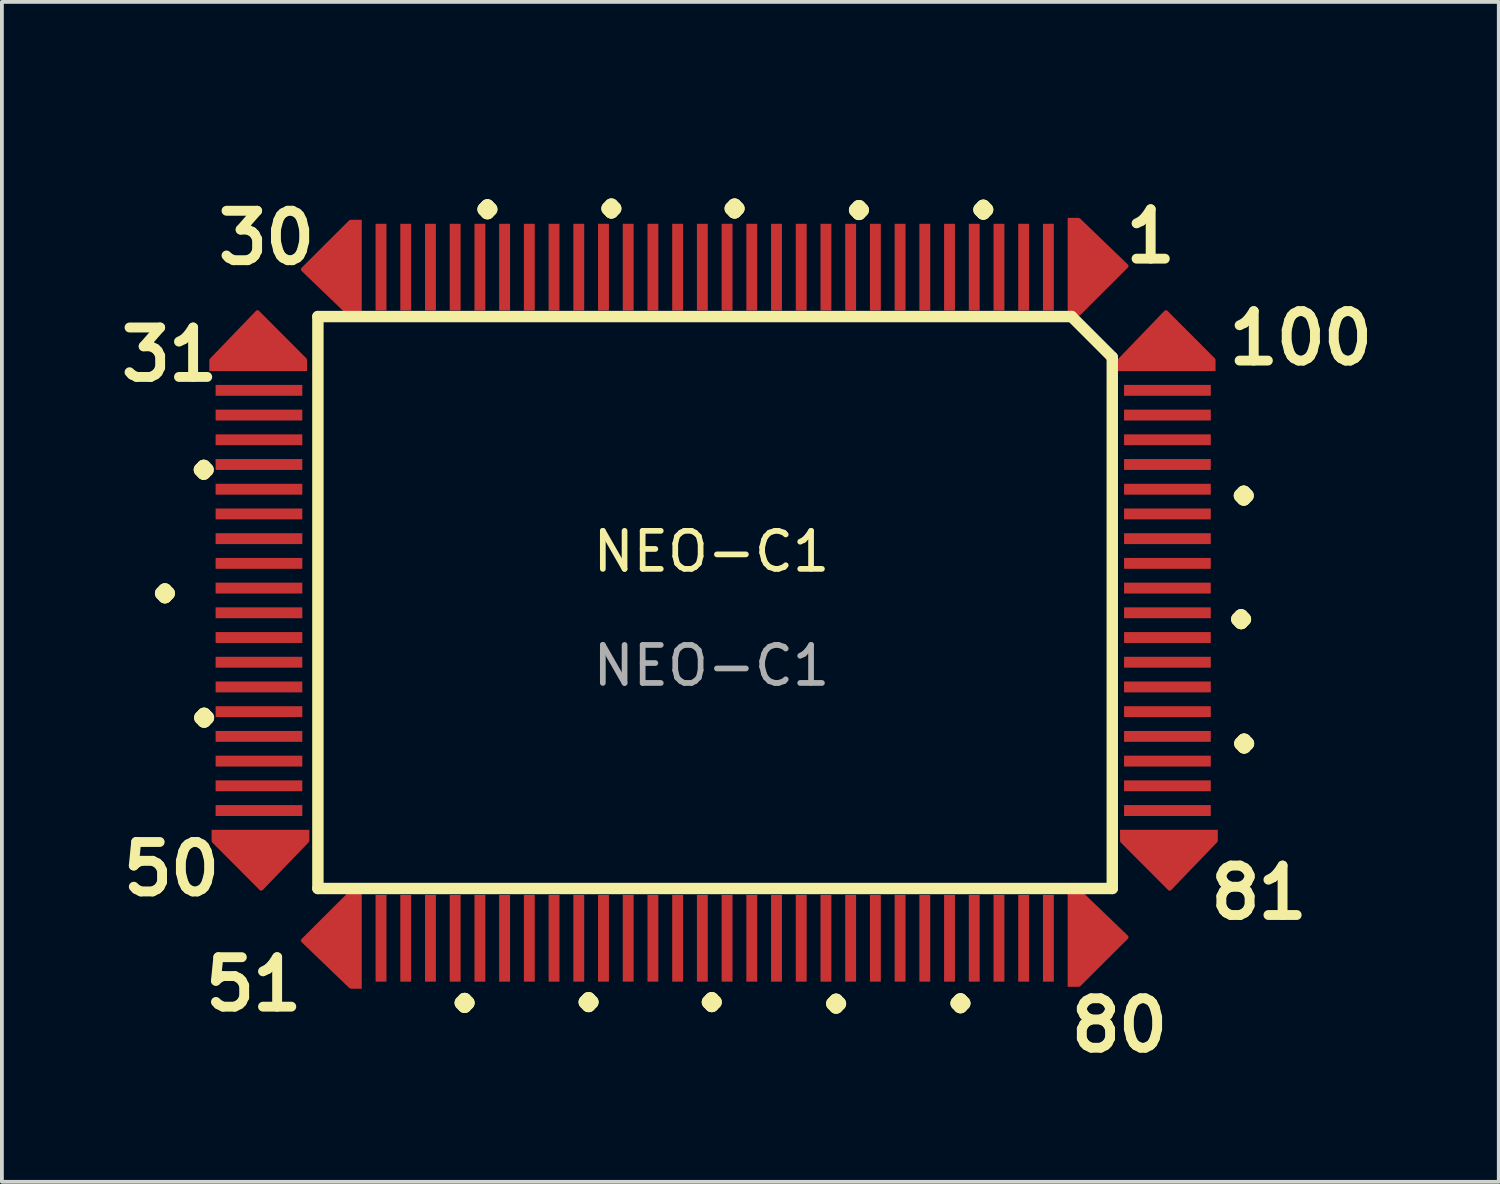
<source format=kicad_pcb>
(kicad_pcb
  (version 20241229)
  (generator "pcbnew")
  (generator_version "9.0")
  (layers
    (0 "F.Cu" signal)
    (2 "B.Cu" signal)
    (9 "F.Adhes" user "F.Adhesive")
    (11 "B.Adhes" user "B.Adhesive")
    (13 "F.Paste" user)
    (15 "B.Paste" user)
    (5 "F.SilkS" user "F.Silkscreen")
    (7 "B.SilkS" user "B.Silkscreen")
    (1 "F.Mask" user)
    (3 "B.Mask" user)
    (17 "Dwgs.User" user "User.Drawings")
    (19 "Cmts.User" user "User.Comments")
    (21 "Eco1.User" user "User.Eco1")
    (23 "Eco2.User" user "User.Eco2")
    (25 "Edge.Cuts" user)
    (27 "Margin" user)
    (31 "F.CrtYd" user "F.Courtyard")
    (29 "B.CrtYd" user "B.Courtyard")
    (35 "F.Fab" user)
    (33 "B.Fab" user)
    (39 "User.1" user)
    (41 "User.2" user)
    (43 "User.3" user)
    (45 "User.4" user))
  (footprint "NEO-C1"
    (layer "F.Cu")
    (at 15.66 11.955)
    (property "Reference" "NEO-C1" (at 0 -0.5 0) (unlocked yes) (layer "F.SilkS") (effects (font (size 1 1) (thickness 0.15))))
    (attr smd)
    (fp_line (start -10.35 -6.68) (end 9.47 -6.68) (stroke (width 0.3) (type solid)) (layer "F.SilkS"))
    (fp_line (start -10.35 8.36) (end -10.35 -6.68) (stroke (width 0.3) (type solid)) (layer "F.SilkS"))
    (fp_line (start 9.47 -6.68) (end 10.54 -5.61) (stroke (width 0.3) (type solid)) (layer "F.SilkS"))
    (fp_line (start 10.54 -5.61) (end 10.54 8.36) (stroke (width 0.3) (type solid)) (layer "F.SilkS"))
    (fp_line (start 10.54 8.36) (end -10.35 8.36) (stroke (width 0.3) (type solid)) (layer "F.SilkS"))
    (fp_text user "50" (at -15.61 8.61 0) (unlocked yes) (layer "F.SilkS") (effects (font (size 1.3 1.3) (thickness 0.26) (bold yes)) (justify left bottom)))
    (fp_text user "81" (at 12.99 9.23 0) (unlocked yes) (layer "F.SilkS") (effects (font (size 1.3 1.3) (thickness 0.26) (bold yes)) (justify left bottom)))
    (fp_text user "100" (at 13.47 -5.35 0) (unlocked yes) (layer "F.SilkS") (effects (font (size 1.3 1.3) (thickness 0.26) (bold yes)) (justify left bottom)))
    (fp_text user "." (at -15 0.89 0) (unlocked yes) (layer "F.SilkS") (effects (font (size 1.6 1.6) (thickness 0.375) (bold yes)) (justify left bottom)))
    (fp_text user "." (at -13.98 -2.36 0) (unlocked yes) (layer "F.SilkS") (effects (font (size 1.6 1.6) (thickness 0.375) (bold yes)) (justify left bottom)))
    (fp_text user "." (at 6.52 -9.2 0) (unlocked yes) (layer "F.SilkS") (effects (font (size 1.6 1.6) (thickness 0.375) (bold yes)) (justify left bottom)))
    (fp_text user "51" (at -13.45 11.64 0) (unlocked yes) (layer "F.SilkS") (effects (font (size 1.3 1.3) (thickness 0.26) (bold yes)) (justify left bottom)))
    (fp_text user "." (at 13.38 4.84 0) (unlocked yes) (layer "F.SilkS") (effects (font (size 1.6 1.6) (thickness 0.375) (bold yes)) (justify left bottom)))
    (fp_text user "." (at 2.65 11.68 0) (unlocked yes) (layer "F.SilkS") (effects (font (size 1.6 1.6) (thickness 0.375) (bold yes)) (justify left bottom)))
    (fp_text user "." (at -3.86 11.64 0) (unlocked yes) (layer "F.SilkS") (effects (font (size 1.6 1.6) (thickness 0.375) (bold yes)) (justify left bottom)))
    (fp_text user "." (at -13.97 4.16 0) (unlocked yes) (layer "F.SilkS") (effects (font (size 1.6 1.6) (thickness 0.375) (bold yes)) (justify left bottom)))
    (fp_text user "." (at 13.37 -1.68 0) (unlocked yes) (layer "F.SilkS") (effects (font (size 1.6 1.6) (thickness 0.375) (bold yes)) (justify left bottom)))
    (fp_text user "30" (at -13.11 -7.99 0) (unlocked yes) (layer "F.SilkS") (effects (font (size 1.3 1.3) (thickness 0.26) (bold yes)) (justify left bottom)))
    (fp_text user "." (at -7.12 11.66 0) (unlocked yes) (layer "F.SilkS") (effects (font (size 1.6 1.6) (thickness 0.375) (bold yes)) (justify left bottom)))
    (fp_text user "31" (at -15.66 -4.92 0) (unlocked yes) (layer "F.SilkS") (effects (font (size 1.3 1.3) (thickness 0.26) (bold yes)) (justify left bottom)))
    (fp_text user "." (at -0.62 11.64 0) (unlocked yes) (layer "F.SilkS") (effects (font (size 1.6 1.6) (thickness 0.375) (bold yes)) (justify left bottom)))
    (fp_text user "." (at 5.92 11.67 0) (unlocked yes) (layer "F.SilkS") (effects (font (size 1.6 1.6) (thickness 0.375) (bold yes)) (justify left bottom)))
    (fp_text user "." (at -6.52 -9.21 0) (unlocked yes) (layer "F.SilkS") (effects (font (size 1.6 1.6) (thickness 0.375) (bold yes)) (justify left bottom)))
    (fp_text user "80" (at 9.32 12.72 0) (unlocked yes) (layer "F.SilkS") (effects (font (size 1.3 1.3) (thickness 0.26) (bold yes)) (justify left bottom)))
    (fp_text user "." (at 13.3 1.57 0) (unlocked yes) (layer "F.SilkS") (effects (font (size 1.6 1.6) (thickness 0.375) (bold yes)) (justify left bottom)))
    (fp_text user "1" (at 10.76 -8.03 0) (unlocked yes) (layer "F.SilkS") (effects (font (size 1.3 1.3) (thickness 0.26) (bold yes)) (justify left bottom)))
    (fp_text user "." (at -3.26 -9.23 0) (unlocked yes) (layer "F.SilkS") (effects (font (size 1.6 1.6) (thickness 0.375) (bold yes)) (justify left bottom)))
    (fp_text user "." (at -0.02 -9.23 0) (unlocked yes) (layer "F.SilkS") (effects (font (size 1.6 1.6) (thickness 0.375) (bold yes)) (justify left bottom)))
    (fp_text user "." (at 3.25 -9.19 0) (unlocked yes) (layer "F.SilkS") (effects (font (size 1.6 1.6) (thickness 0.375) (bold yes)) (justify left bottom)))
    (fp_text user "${REFERENCE}" (at 0 2.5 0) (unlocked yes) (layer "F.Fab") (effects (font (size 1 1) (thickness 0.15))))
    (pad "1" smd custom (at 9.51 -7.99 270) (size 2.571 0.286) (layers "F.Cu" "F.Mask" "F.Paste") (options (anchor rect)) (primitives (gr_poly (pts (xy -1.236 -0.145) (xy -0.019 -1.41) (xy 1.236 -0.152)) (width 0.1) (fill yes))))
    (pad "2" smd rect (at 8.86 -7.98 270) (size 2.28 0.286) (layers "F.Cu" "F.Mask" "F.Paste"))
    (pad "3" smd rect (at 8.21 -7.98 270) (size 2.28 0.286) (layers "F.Cu" "F.Mask" "F.Paste"))
    (pad "4" smd rect (at 7.56 -7.98 270) (size 2.28 0.286) (layers "F.Cu" "F.Mask" "F.Paste"))
    (pad "5" smd rect (at 6.91 -7.98 270) (size 2.28 0.286) (layers "F.Cu" "F.Mask" "F.Paste"))
    (pad "6" smd rect (at 6.26 -7.98 270) (size 2.28 0.286) (layers "F.Cu" "F.Mask" "F.Paste"))
    (pad "7" smd rect (at 5.61 -7.98 270) (size 2.28 0.286) (layers "F.Cu" "F.Mask" "F.Paste"))
    (pad "8" smd rect (at 4.96 -7.98 270) (size 2.28 0.286) (layers "F.Cu" "F.Mask" "F.Paste"))
    (pad "9" smd rect (at 4.31 -7.98 270) (size 2.28 0.286) (layers "F.Cu" "F.Mask" "F.Paste"))
    (pad "10" smd rect (at 3.66 -7.98 270) (size 2.28 0.286) (layers "F.Cu" "F.Mask" "F.Paste"))
    (pad "11" smd rect (at 3.01 -7.98 270) (size 2.28 0.286) (layers "F.Cu" "F.Mask" "F.Paste"))
    (pad "12" smd rect (at 2.36 -7.98 270) (size 2.28 0.286) (layers "F.Cu" "F.Mask" "F.Paste"))
    (pad "13" smd rect (at 1.71 -7.98 270) (size 2.28 0.286) (layers "F.Cu" "F.Mask" "F.Paste"))
    (pad "14" smd rect (at 1.06 -7.98 270) (size 2.28 0.286) (layers "F.Cu" "F.Mask" "F.Paste"))
    (pad "15" smd rect (at 0.41 -7.98 270) (size 2.28 0.286) (layers "F.Cu" "F.Mask" "F.Paste"))
    (pad "16" smd rect (at -0.24 -7.98 270) (size 2.28 0.286) (layers "F.Cu" "F.Mask" "F.Paste"))
    (pad "17" smd rect (at -0.89 -7.98 270) (size 2.28 0.286) (layers "F.Cu" "F.Mask" "F.Paste"))
    (pad "18" smd rect (at -1.54 -7.98 270) (size 2.28 0.286) (layers "F.Cu" "F.Mask" "F.Paste"))
    (pad "19" smd rect (at -2.19 -7.98 270) (size 2.28 0.286) (layers "F.Cu" "F.Mask" "F.Paste"))
    (pad "20" smd rect (at -2.84 -7.98 270) (size 2.28 0.286) (layers "F.Cu" "F.Mask" "F.Paste"))
    (pad "21" smd rect (at -3.49 -7.98 270) (size 2.28 0.286) (layers "F.Cu" "F.Mask" "F.Paste"))
    (pad "22" smd rect (at -4.14 -7.98 270) (size 2.28 0.286) (layers "F.Cu" "F.Mask" "F.Paste"))
    (pad "23" smd rect (at -4.79 -7.98 270) (size 2.28 0.286) (layers "F.Cu" "F.Mask" "F.Paste"))
    (pad "24" smd rect (at -5.44 -7.98 270) (size 2.28 0.286) (layers "F.Cu" "F.Mask" "F.Paste"))
    (pad "25" smd rect (at -6.09 -7.98 270) (size 2.28 0.286) (layers "F.Cu" "F.Mask" "F.Paste"))
    (pad "26" smd rect (at -6.74 -7.98 270) (size 2.28 0.286) (layers "F.Cu" "F.Mask" "F.Paste"))
    (pad "27" smd rect (at -7.39 -7.98 270) (size 2.28 0.286) (layers "F.Cu" "F.Mask" "F.Paste"))
    (pad "28" smd rect (at -8.04 -7.98 270) (size 2.28 0.286) (layers "F.Cu" "F.Mask" "F.Paste"))
    (pad "29" smd rect (at -8.69 -7.98 270) (size 2.28 0.286) (layers "F.Cu" "F.Mask" "F.Paste"))
    (pad "30" smd custom (at -9.34 -7.94 90) (size 2.571 0.286) (layers "F.Cu" "F.Mask" "F.Paste") (options (anchor rect)) (primitives (gr_poly (pts (xy -1.236 -0.145) (xy -0.019 -1.41) (xy 1.236 -0.152)) (width 0.1) (fill yes))))
    (pad "31" smd custom (at -11.92 -5.39) (size 2.571 0.286) (layers "F.Cu" "F.Mask" "F.Paste") (options (anchor rect)) (primitives (gr_poly (pts (xy -1.236 -0.145) (xy -0.019 -1.41) (xy 1.236 -0.152)) (width 0.1) (fill yes))))
    (pad "32" smd rect (at -11.9 -4.74) (size 2.28 0.286) (layers "F.Cu" "F.Mask" "F.Paste"))
    (pad "33" smd rect (at -11.9 -4.09) (size 2.28 0.286) (layers "F.Cu" "F.Mask" "F.Paste"))
    (pad "34" smd rect (at -11.9 -3.44) (size 2.28 0.286) (layers "F.Cu" "F.Mask" "F.Paste"))
    (pad "35" smd rect (at -11.9 -2.79) (size 2.28 0.286) (layers "F.Cu" "F.Mask" "F.Paste"))
    (pad "36" smd rect (at -11.9 -2.14) (size 2.28 0.286) (layers "F.Cu" "F.Mask" "F.Paste"))
    (pad "37" smd rect (at -11.9 -1.49) (size 2.28 0.286) (layers "F.Cu" "F.Mask" "F.Paste"))
    (pad "38" smd rect (at -11.9 -0.84) (size 2.28 0.286) (layers "F.Cu" "F.Mask" "F.Paste"))
    (pad "39" smd rect (at -11.9 -0.19) (size 2.28 0.286) (layers "F.Cu" "F.Mask" "F.Paste"))
    (pad "40" smd rect (at -11.9 0.46) (size 2.28 0.286) (layers "F.Cu" "F.Mask" "F.Paste"))
    (pad "41" smd rect (at -11.9 1.11) (size 2.28 0.286) (layers "F.Cu" "F.Mask" "F.Paste"))
    (pad "42" smd rect (at -11.9 1.76) (size 2.28 0.286) (layers "F.Cu" "F.Mask" "F.Paste"))
    (pad "43" smd rect (at -11.9 2.41) (size 2.28 0.286) (layers "F.Cu" "F.Mask" "F.Paste"))
    (pad "44" smd rect (at -11.9 3.06) (size 2.28 0.286) (layers "F.Cu" "F.Mask" "F.Paste"))
    (pad "45" smd rect (at -11.9 3.71) (size 2.28 0.286) (layers "F.Cu" "F.Mask" "F.Paste"))
    (pad "46" smd rect (at -11.9 4.36) (size 2.28 0.286) (layers "F.Cu" "F.Mask" "F.Paste"))
    (pad "47" smd rect (at -11.9 5.01) (size 2.28 0.286) (layers "F.Cu" "F.Mask" "F.Paste"))
    (pad "48" smd rect (at -11.9 5.66) (size 2.28 0.286) (layers "F.Cu" "F.Mask" "F.Paste"))
    (pad "49" smd rect (at -11.9 6.31) (size 2.28 0.286) (layers "F.Cu" "F.Mask" "F.Paste"))
    (pad "50" smd custom (at -11.86 6.96 180) (size 2.571 0.286) (layers "F.Cu" "F.Mask" "F.Paste") (options (anchor rect)) (primitives (gr_poly (pts (xy -1.236 -0.145) (xy -0.019 -1.41) (xy 1.236 -0.152)) (width 0.1) (fill yes))))
    (pad "51" smd custom (at -9.34 9.71 90) (size 2.571 0.286) (layers "F.Cu" "F.Mask" "F.Paste") (options (anchor rect)) (primitives (gr_poly (pts (xy -1.236 -0.145) (xy -0.019 -1.41) (xy 1.236 -0.152)) (width 0.1) (fill yes))))
    (pad "52" smd rect (at -8.69 9.67 270) (size 2.28 0.286) (layers "F.Cu" "F.Mask" "F.Paste"))
    (pad "53" smd rect (at -8.04 9.67 270) (size 2.28 0.286) (layers "F.Cu" "F.Mask" "F.Paste"))
    (pad "54" smd rect (at -7.39 9.67 270) (size 2.28 0.286) (layers "F.Cu" "F.Mask" "F.Paste"))
    (pad "55" smd rect (at -6.74 9.67 270) (size 2.28 0.286) (layers "F.Cu" "F.Mask" "F.Paste"))
    (pad "56" smd rect (at -6.09 9.67 270) (size 2.28 0.286) (layers "F.Cu" "F.Mask" "F.Paste"))
    (pad "57" smd rect (at -5.44 9.67 270) (size 2.28 0.286) (layers "F.Cu" "F.Mask" "F.Paste"))
    (pad "58" smd rect (at -4.79 9.67 270) (size 2.28 0.286) (layers "F.Cu" "F.Mask" "F.Paste"))
    (pad "59" smd rect (at -4.14 9.67 270) (size 2.28 0.286) (layers "F.Cu" "F.Mask" "F.Paste"))
    (pad "60" smd rect (at -3.49 9.67 270) (size 2.28 0.286) (layers "F.Cu" "F.Mask" "F.Paste"))
    (pad "61" smd rect (at -2.84 9.67 270) (size 2.28 0.286) (layers "F.Cu" "F.Mask" "F.Paste"))
    (pad "62" smd rect (at -2.19 9.67 270) (size 2.28 0.286) (layers "F.Cu" "F.Mask" "F.Paste"))
    (pad "63" smd rect (at -1.54 9.67 270) (size 2.28 0.286) (layers "F.Cu" "F.Mask" "F.Paste"))
    (pad "64" smd rect (at -0.89 9.67 270) (size 2.28 0.286) (layers "F.Cu" "F.Mask" "F.Paste"))
    (pad "65" smd rect (at -0.24 9.67 270) (size 2.28 0.286) (layers "F.Cu" "F.Mask" "F.Paste"))
    (pad "66" smd rect (at 0.41 9.67 270) (size 2.28 0.286) (layers "F.Cu" "F.Mask" "F.Paste"))
    (pad "67" smd rect (at 1.06 9.67 270) (size 2.28 0.286) (layers "F.Cu" "F.Mask" "F.Paste"))
    (pad "68" smd rect (at 1.71 9.67 270) (size 2.28 0.286) (layers "F.Cu" "F.Mask" "F.Paste"))
    (pad "69" smd rect (at 2.36 9.67 270) (size 2.28 0.286) (layers "F.Cu" "F.Mask" "F.Paste"))
    (pad "70" smd rect (at 3.01 9.67 270) (size 2.28 0.286) (layers "F.Cu" "F.Mask" "F.Paste"))
    (pad "71" smd rect (at 3.66 9.67 270) (size 2.28 0.286) (layers "F.Cu" "F.Mask" "F.Paste"))
    (pad "72" smd rect (at 4.31 9.67 270) (size 2.28 0.286) (layers "F.Cu" "F.Mask" "F.Paste"))
    (pad "73" smd rect (at 4.96 9.67 270) (size 2.28 0.286) (layers "F.Cu" "F.Mask" "F.Paste"))
    (pad "74" smd rect (at 5.61 9.67 270) (size 2.28 0.286) (layers "F.Cu" "F.Mask" "F.Paste"))
    (pad "75" smd rect (at 6.26 9.67 270) (size 2.28 0.286) (layers "F.Cu" "F.Mask" "F.Paste"))
    (pad "76" smd rect (at 6.91 9.67 270) (size 2.28 0.286) (layers "F.Cu" "F.Mask" "F.Paste"))
    (pad "77" smd rect (at 7.56 9.67 270) (size 2.28 0.286) (layers "F.Cu" "F.Mask" "F.Paste"))
    (pad "78" smd rect (at 8.21 9.67 270) (size 2.28 0.286) (layers "F.Cu" "F.Mask" "F.Paste"))
    (pad "79" smd rect (at 8.86 9.67 270) (size 2.28 0.286) (layers "F.Cu" "F.Mask" "F.Paste"))
    (pad "80" smd custom (at 9.51 9.66 270) (size 2.571 0.286) (layers "F.Cu" "F.Mask" "F.Paste") (options (anchor rect)) (primitives (gr_poly (pts (xy -1.236 -0.145) (xy -0.019 -1.41) (xy 1.236 -0.152)) (width 0.1) (fill yes))))
    (pad "81" smd custom (at 12.03 6.96 180) (size 2.571 0.286) (layers "F.Cu" "F.Mask" "F.Paste") (options (anchor rect)) (primitives (gr_poly (pts (xy -1.236 -0.145) (xy -0.019 -1.41) (xy 1.236 -0.152)) (width 0.1) (fill yes))))
    (pad "82" smd rect (at 11.99 6.31) (size 2.28 0.286) (layers "F.Cu" "F.Mask" "F.Paste"))
    (pad "83" smd rect (at 11.99 5.66) (size 2.28 0.286) (layers "F.Cu" "F.Mask" "F.Paste"))
    (pad "84" smd rect (at 11.99 5.01) (size 2.28 0.286) (layers "F.Cu" "F.Mask" "F.Paste"))
    (pad "85" smd rect (at 11.99 4.36) (size 2.28 0.286) (layers "F.Cu" "F.Mask" "F.Paste"))
    (pad "86" smd rect (at 11.99 3.71) (size 2.28 0.286) (layers "F.Cu" "F.Mask" "F.Paste"))
    (pad "87" smd rect (at 11.99 3.06) (size 2.28 0.286) (layers "F.Cu" "F.Mask" "F.Paste"))
    (pad "88" smd rect (at 11.99 2.41) (size 2.28 0.286) (layers "F.Cu" "F.Mask" "F.Paste"))
    (pad "89" smd rect (at 11.99 1.76) (size 2.28 0.286) (layers "F.Cu" "F.Mask" "F.Paste"))
    (pad "90" smd rect (at 11.99 1.11) (size 2.28 0.286) (layers "F.Cu" "F.Mask" "F.Paste"))
    (pad "91" smd rect (at 11.99 0.46) (size 2.28 0.286) (layers "F.Cu" "F.Mask" "F.Paste"))
    (pad "92" smd rect (at 11.99 -0.19) (size 2.28 0.286) (layers "F.Cu" "F.Mask" "F.Paste"))
    (pad "93" smd rect (at 11.99 -0.84) (size 2.28 0.286) (layers "F.Cu" "F.Mask" "F.Paste"))
    (pad "94" smd rect (at 11.99 -1.49) (size 2.28 0.286) (layers "F.Cu" "F.Mask" "F.Paste"))
    (pad "95" smd rect (at 11.99 -2.14) (size 2.28 0.286) (layers "F.Cu" "F.Mask" "F.Paste"))
    (pad "96" smd rect (at 11.99 -2.79) (size 2.28 0.286) (layers "F.Cu" "F.Mask" "F.Paste"))
    (pad "97" smd rect (at 11.99 -3.44) (size 2.28 0.286) (layers "F.Cu" "F.Mask" "F.Paste"))
    (pad "98" smd rect (at 11.99 -4.09) (size 2.28 0.286) (layers "F.Cu" "F.Mask" "F.Paste"))
    (pad "99" smd rect (at 11.99 -4.74) (size 2.28 0.286) (layers "F.Cu" "F.Mask" "F.Paste"))
    (pad "100" smd custom (at 11.97 -5.39) (size 2.571 0.286) (layers "F.Cu" "F.Mask" "F.Paste") (options (anchor rect)) (primitives (gr_poly (pts (xy -1.236 -0.145) (xy -0.019 -1.41) (xy 1.236 -0.152)) (width 0.1) (fill yes)))))
  (gr_rect
    (start -3 -3)
    (end 36.364 28.029)
    (stroke (width 0.1) (type default))
    (fill no)
    (layer "Edge.Cuts")))
</source>
